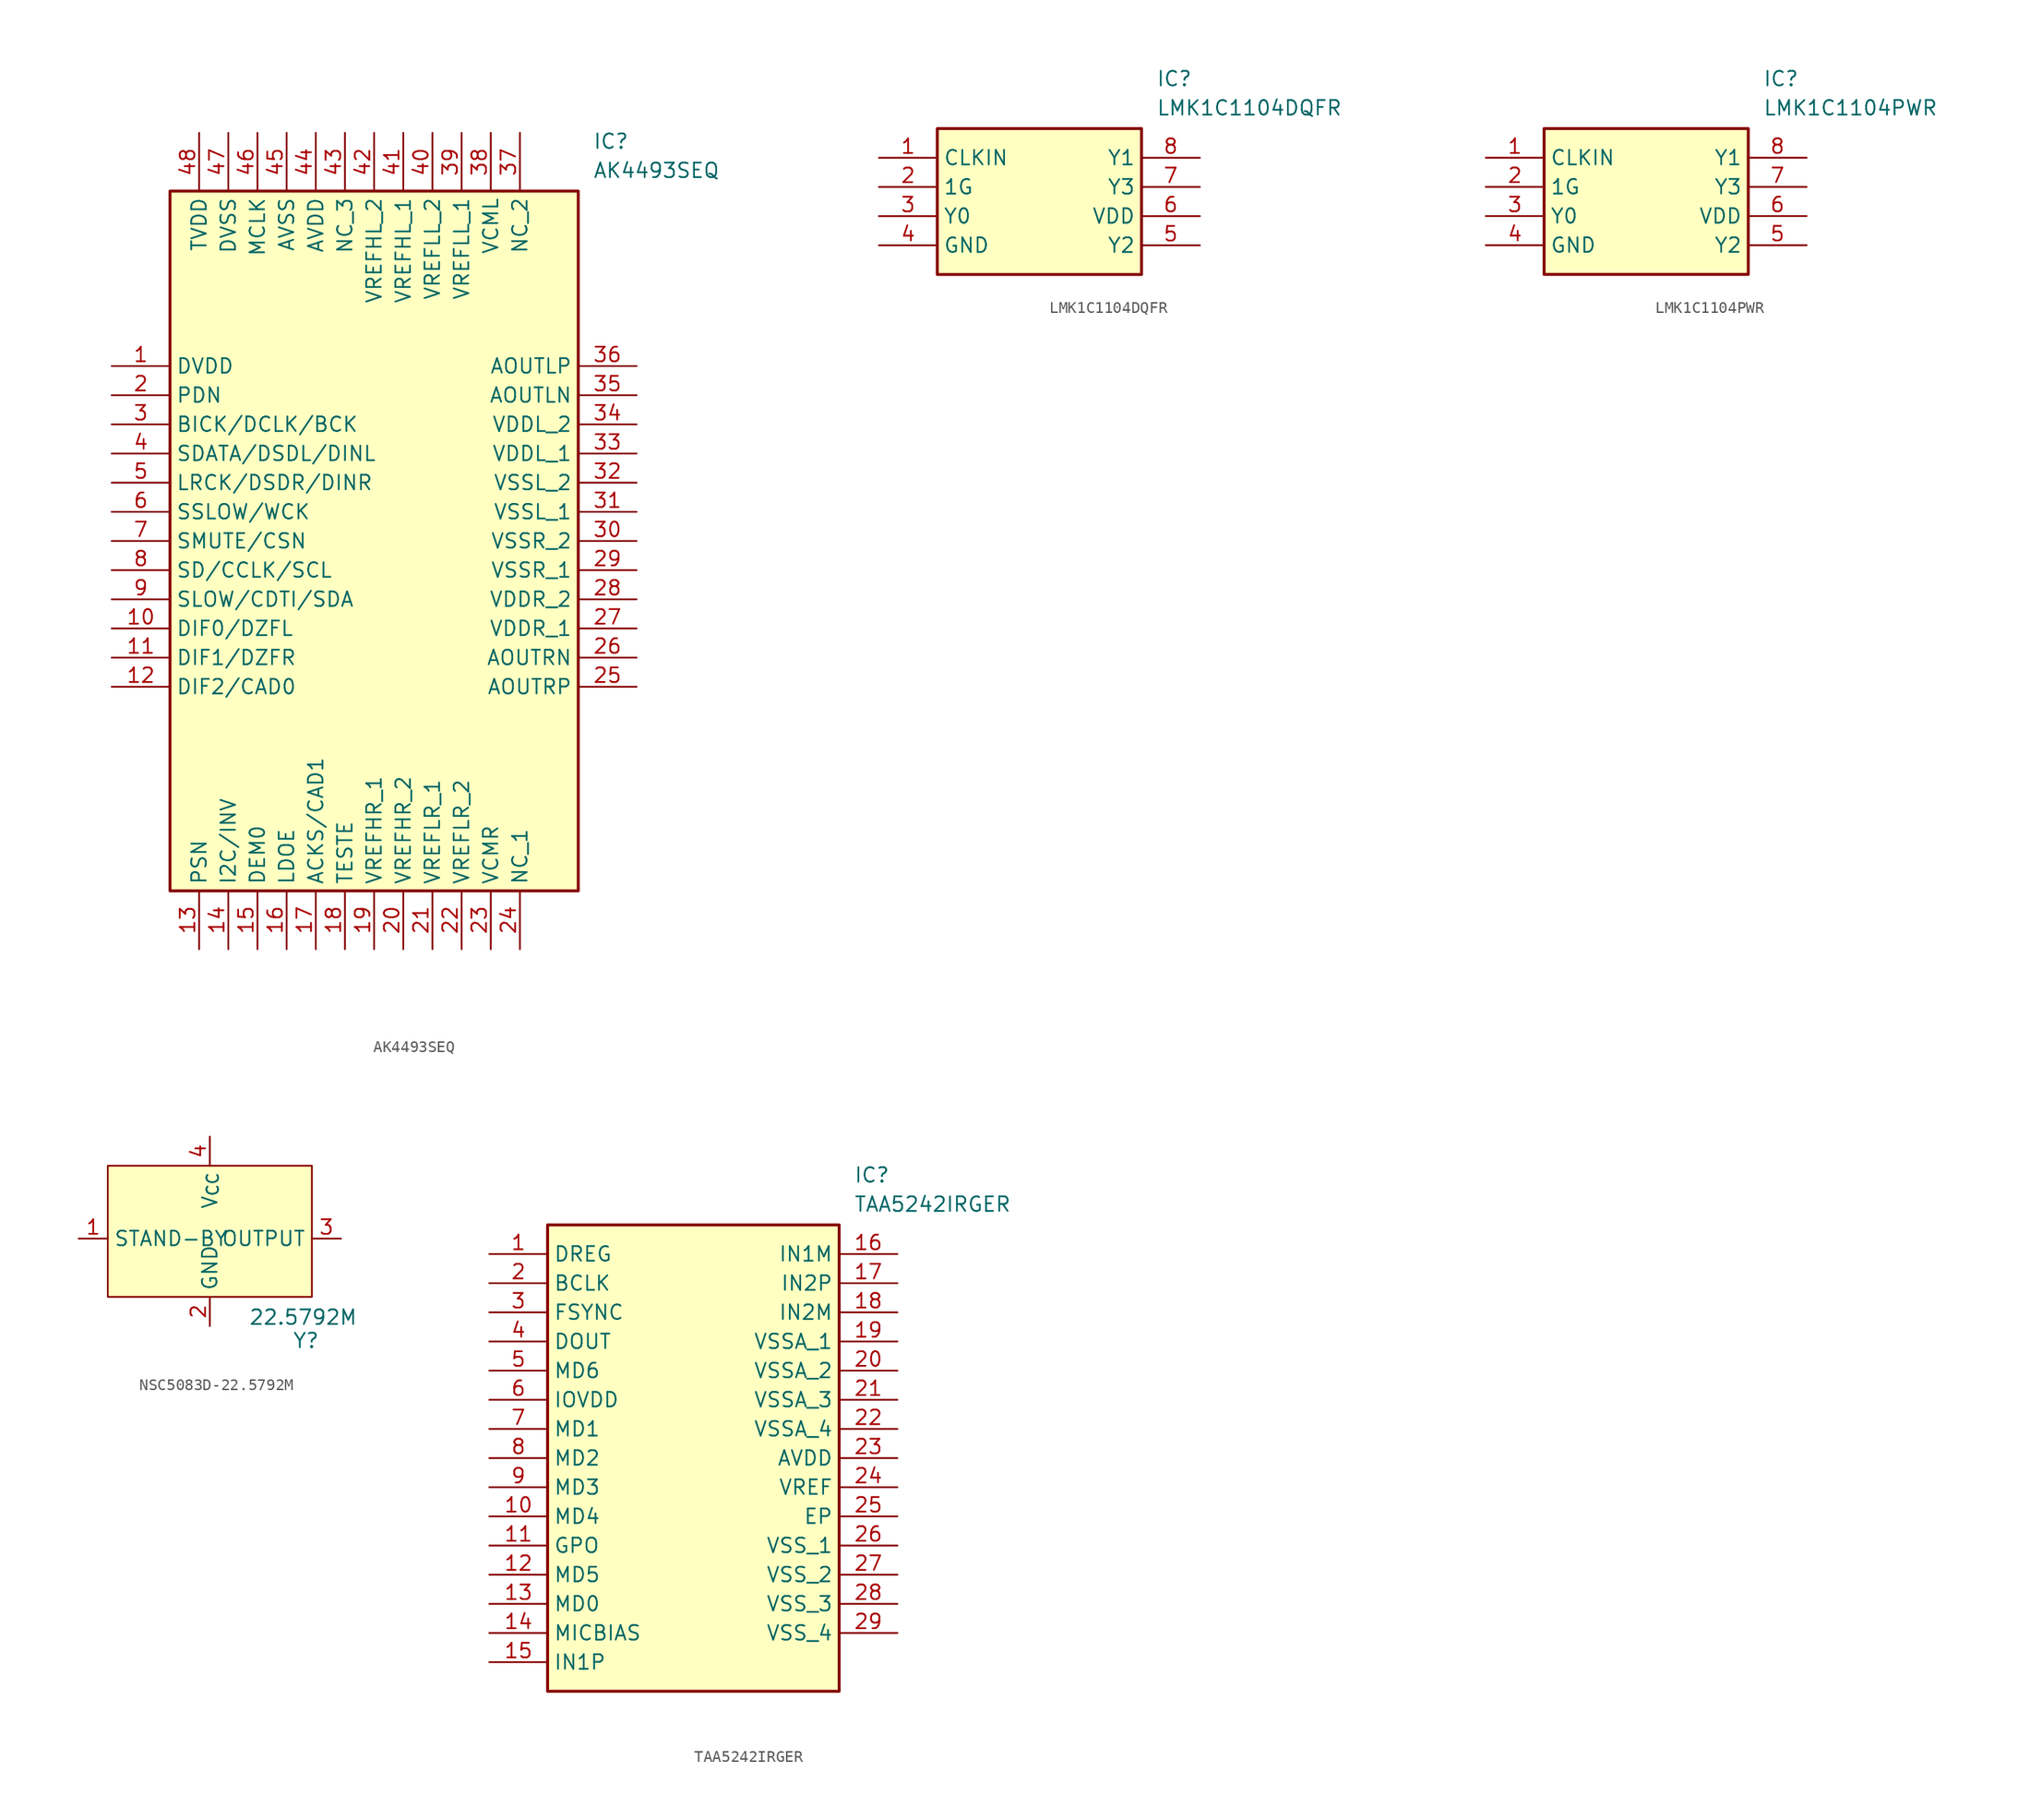
<source format=kicad_sym>
(kicad_symbol_lib
  (version 20241209)
  (generator "kicad_symbol_editor")
  (generator_version "9.0")
  (symbol "AK4493SEQ"
    (property "Reference" "IC"
      (at 41.91 20.32 0)
      (effects (font (size 1.27 1.27)) (justify left top)))
    (property "Value" "AK4493SEQ"
      (at 41.91 17.78 0)
      (effects (font (size 1.27 1.27)) (justify left top)))
    (symbol "AK4493SEQ_1_1"
      (rectangle (start 5.08 15.24) (end 40.64 -45.72) (stroke (width 0.254) (type default)) (fill (type background)))
      (pin passive line (at 0 0 0) (length 5.08) (name "DVDD" (effects (font (size 1.27 1.27)))) (number "1" (effects (font (size 1.27 1.27)))))
      (pin passive line (at 0 -2.54 0) (length 5.08) (name "PDN" (effects (font (size 1.27 1.27)))) (number "2" (effects (font (size 1.27 1.27)))))
      (pin passive line (at 0 -5.08 0) (length 5.08) (name "BICK/DCLK/BCK" (effects (font (size 1.27 1.27)))) (number "3" (effects (font (size 1.27 1.27)))))
      (pin passive line (at 0 -7.62 0) (length 5.08) (name "SDATA/DSDL/DINL" (effects (font (size 1.27 1.27)))) (number "4" (effects (font (size 1.27 1.27)))))
      (pin passive line (at 0 -10.16 0) (length 5.08) (name "LRCK/DSDR/DINR" (effects (font (size 1.27 1.27)))) (number "5" (effects (font (size 1.27 1.27)))))
      (pin passive line (at 0 -12.7 0) (length 5.08) (name "SSLOW/WCK" (effects (font (size 1.27 1.27)))) (number "6" (effects (font (size 1.27 1.27)))))
      (pin passive line (at 0 -15.24 0) (length 5.08) (name "SMUTE/CSN" (effects (font (size 1.27 1.27)))) (number "7" (effects (font (size 1.27 1.27)))))
      (pin passive line (at 0 -17.78 0) (length 5.08) (name "SD/CCLK/SCL" (effects (font (size 1.27 1.27)))) (number "8" (effects (font (size 1.27 1.27)))))
      (pin passive line (at 0 -20.32 0) (length 5.08) (name "SLOW/CDTI/SDA" (effects (font (size 1.27 1.27)))) (number "9" (effects (font (size 1.27 1.27)))))
      (pin passive line (at 0 -22.86 0) (length 5.08) (name "DIF0/DZFL" (effects (font (size 1.27 1.27)))) (number "10" (effects (font (size 1.27 1.27)))))
      (pin passive line (at 0 -25.4 0) (length 5.08) (name "DIF1/DZFR" (effects (font (size 1.27 1.27)))) (number "11" (effects (font (size 1.27 1.27)))))
      (pin passive line (at 0 -27.94 0) (length 5.08) (name "DIF2/CAD0" (effects (font (size 1.27 1.27)))) (number "12" (effects (font (size 1.27 1.27)))))
      (pin passive line (at 7.62 20.32 270) (length 5.08) (name "TVDD" (effects (font (size 1.27 1.27)))) (number "48" (effects (font (size 1.27 1.27)))))
      (pin passive line (at 7.62 -50.8 90) (length 5.08) (name "PSN" (effects (font (size 1.27 1.27)))) (number "13" (effects (font (size 1.27 1.27)))))
      (pin passive line (at 10.16 20.32 270) (length 5.08) (name "DVSS" (effects (font (size 1.27 1.27)))) (number "47" (effects (font (size 1.27 1.27)))))
      (pin passive line (at 10.16 -50.8 90) (length 5.08) (name "I2C/INV" (effects (font (size 1.27 1.27)))) (number "14" (effects (font (size 1.27 1.27)))))
      (pin passive line (at 12.7 20.32 270) (length 5.08) (name "MCLK" (effects (font (size 1.27 1.27)))) (number "46" (effects (font (size 1.27 1.27)))))
      (pin passive line (at 12.7 -50.8 90) (length 5.08) (name "DEM0" (effects (font (size 1.27 1.27)))) (number "15" (effects (font (size 1.27 1.27)))))
      (pin passive line (at 15.24 20.32 270) (length 5.08) (name "AVSS" (effects (font (size 1.27 1.27)))) (number "45" (effects (font (size 1.27 1.27)))))
      (pin passive line (at 15.24 -50.8 90) (length 5.08) (name "LDOE" (effects (font (size 1.27 1.27)))) (number "16" (effects (font (size 1.27 1.27)))))
      (pin passive line (at 17.78 20.32 270) (length 5.08) (name "AVDD" (effects (font (size 1.27 1.27)))) (number "44" (effects (font (size 1.27 1.27)))))
      (pin passive line (at 17.78 -50.8 90) (length 5.08) (name "ACKS/CAD1" (effects (font (size 1.27 1.27)))) (number "17" (effects (font (size 1.27 1.27)))))
      (pin passive line (at 20.32 20.32 270) (length 5.08) (name "NC_3" (effects (font (size 1.27 1.27)))) (number "43" (effects (font (size 1.27 1.27)))))
      (pin passive line (at 20.32 -50.8 90) (length 5.08) (name "TESTE" (effects (font (size 1.27 1.27)))) (number "18" (effects (font (size 1.27 1.27)))))
      (pin passive line (at 22.86 20.32 270) (length 5.08) (name "VREFHL_2" (effects (font (size 1.27 1.27)))) (number "42" (effects (font (size 1.27 1.27)))))
      (pin passive line (at 22.86 -50.8 90) (length 5.08) (name "VREFHR_1" (effects (font (size 1.27 1.27)))) (number "19" (effects (font (size 1.27 1.27)))))
      (pin passive line (at 25.4 20.32 270) (length 5.08) (name "VREFHL_1" (effects (font (size 1.27 1.27)))) (number "41" (effects (font (size 1.27 1.27)))))
      (pin passive line (at 25.4 -50.8 90) (length 5.08) (name "VREFHR_2" (effects (font (size 1.27 1.27)))) (number "20" (effects (font (size 1.27 1.27)))))
      (pin passive line (at 27.94 20.32 270) (length 5.08) (name "VREFLL_2" (effects (font (size 1.27 1.27)))) (number "40" (effects (font (size 1.27 1.27)))))
      (pin passive line (at 27.94 -50.8 90) (length 5.08) (name "VREFLR_1" (effects (font (size 1.27 1.27)))) (number "21" (effects (font (size 1.27 1.27)))))
      (pin passive line (at 30.48 20.32 270) (length 5.08) (name "VREFLL_1" (effects (font (size 1.27 1.27)))) (number "39" (effects (font (size 1.27 1.27)))))
      (pin passive line (at 30.48 -50.8 90) (length 5.08) (name "VREFLR_2" (effects (font (size 1.27 1.27)))) (number "22" (effects (font (size 1.27 1.27)))))
      (pin passive line (at 33.02 20.32 270) (length 5.08) (name "VCML" (effects (font (size 1.27 1.27)))) (number "38" (effects (font (size 1.27 1.27)))))
      (pin passive line (at 33.02 -50.8 90) (length 5.08) (name "VCMR" (effects (font (size 1.27 1.27)))) (number "23" (effects (font (size 1.27 1.27)))))
      (pin passive line (at 35.56 20.32 270) (length 5.08) (name "NC_2" (effects (font (size 1.27 1.27)))) (number "37" (effects (font (size 1.27 1.27)))))
      (pin passive line (at 35.56 -50.8 90) (length 5.08) (name "NC_1" (effects (font (size 1.27 1.27)))) (number "24" (effects (font (size 1.27 1.27)))))
      (pin passive line (at 45.72 0 180) (length 5.08) (name "AOUTLP" (effects (font (size 1.27 1.27)))) (number "36" (effects (font (size 1.27 1.27)))))
      (pin passive line (at 45.72 -2.54 180) (length 5.08) (name "AOUTLN" (effects (font (size 1.27 1.27)))) (number "35" (effects (font (size 1.27 1.27)))))
      (pin passive line (at 45.72 -5.08 180) (length 5.08) (name "VDDL_2" (effects (font (size 1.27 1.27)))) (number "34" (effects (font (size 1.27 1.27)))))
      (pin passive line (at 45.72 -7.62 180) (length 5.08) (name "VDDL_1" (effects (font (size 1.27 1.27)))) (number "33" (effects (font (size 1.27 1.27)))))
      (pin passive line (at 45.72 -10.16 180) (length 5.08) (name "VSSL_2" (effects (font (size 1.27 1.27)))) (number "32" (effects (font (size 1.27 1.27)))))
      (pin passive line (at 45.72 -12.7 180) (length 5.08) (name "VSSL_1" (effects (font (size 1.27 1.27)))) (number "31" (effects (font (size 1.27 1.27)))))
      (pin passive line (at 45.72 -15.24 180) (length 5.08) (name "VSSR_2" (effects (font (size 1.27 1.27)))) (number "30" (effects (font (size 1.27 1.27)))))
      (pin passive line (at 45.72 -17.78 180) (length 5.08) (name "VSSR_1" (effects (font (size 1.27 1.27)))) (number "29" (effects (font (size 1.27 1.27)))))
      (pin passive line (at 45.72 -20.32 180) (length 5.08) (name "VDDR_2" (effects (font (size 1.27 1.27)))) (number "28" (effects (font (size 1.27 1.27)))))
      (pin passive line (at 45.72 -22.86 180) (length 5.08) (name "VDDR_1" (effects (font (size 1.27 1.27)))) (number "27" (effects (font (size 1.27 1.27)))))
      (pin passive line (at 45.72 -25.4 180) (length 5.08) (name "AOUTRN" (effects (font (size 1.27 1.27)))) (number "26" (effects (font (size 1.27 1.27)))))
      (pin passive line (at 45.72 -27.94 180) (length 5.08) (name "AOUTRP" (effects (font (size 1.27 1.27)))) (number "25" (effects (font (size 1.27 1.27)))))))
  (symbol "LMK1C1104DQFR"
    (property "Reference" "IC"
      (at 24.13 7.62 0)
      (effects (font (size 1.27 1.27)) (justify left top)))
    (property "Value" "LMK1C1104DQFR"
      (at 24.13 5.08 0)
      (effects (font (size 1.27 1.27)) (justify left top)))
    (symbol "LMK1C1104DQFR_1_1"
      (rectangle (start 5.08 2.54) (end 22.86 -10.16) (stroke (width 0.254) (type default)) (fill (type background)))
      (pin passive line (at 0 0 0) (length 5.08) (name "CLKIN" (effects (font (size 1.27 1.27)))) (number "1" (effects (font (size 1.27 1.27)))))
      (pin passive line (at 0 -2.54 0) (length 5.08) (name "1G" (effects (font (size 1.27 1.27)))) (number "2" (effects (font (size 1.27 1.27)))))
      (pin passive line (at 0 -5.08 0) (length 5.08) (name "Y0" (effects (font (size 1.27 1.27)))) (number "3" (effects (font (size 1.27 1.27)))))
      (pin passive line (at 0 -7.62 0) (length 5.08) (name "GND" (effects (font (size 1.27 1.27)))) (number "4" (effects (font (size 1.27 1.27)))))
      (pin passive line (at 27.94 0 180) (length 5.08) (name "Y1" (effects (font (size 1.27 1.27)))) (number "8" (effects (font (size 1.27 1.27)))))
      (pin passive line (at 27.94 -2.54 180) (length 5.08) (name "Y3" (effects (font (size 1.27 1.27)))) (number "7" (effects (font (size 1.27 1.27)))))
      (pin passive line (at 27.94 -5.08 180) (length 5.08) (name "VDD" (effects (font (size 1.27 1.27)))) (number "6" (effects (font (size 1.27 1.27)))))
      (pin passive line (at 27.94 -7.62 180) (length 5.08) (name "Y2" (effects (font (size 1.27 1.27)))) (number "5" (effects (font (size 1.27 1.27)))))))
  (symbol "LMK1C1104PWR"
    (property "Reference" "IC"
      (at 24.13 7.62 0)
      (effects (font (size 1.27 1.27)) (justify left top)))
    (property "Value" "LMK1C1104PWR"
      (at 24.13 5.08 0)
      (effects (font (size 1.27 1.27)) (justify left top)))
    (symbol "LMK1C1104PWR_1_1"
      (rectangle (start 5.08 2.54) (end 22.86 -10.16) (stroke (width 0.254) (type default)) (fill (type background)))
      (pin passive line (at 0 0 0) (length 5.08) (name "CLKIN" (effects (font (size 1.27 1.27)))) (number "1" (effects (font (size 1.27 1.27)))))
      (pin passive line (at 0 -2.54 0) (length 5.08) (name "1G" (effects (font (size 1.27 1.27)))) (number "2" (effects (font (size 1.27 1.27)))))
      (pin passive line (at 0 -5.08 0) (length 5.08) (name "Y0" (effects (font (size 1.27 1.27)))) (number "3" (effects (font (size 1.27 1.27)))))
      (pin passive line (at 0 -7.62 0) (length 5.08) (name "GND" (effects (font (size 1.27 1.27)))) (number "4" (effects (font (size 1.27 1.27)))))
      (pin passive line (at 27.94 0 180) (length 5.08) (name "Y1" (effects (font (size 1.27 1.27)))) (number "8" (effects (font (size 1.27 1.27)))))
      (pin passive line (at 27.94 -2.54 180) (length 5.08) (name "Y3" (effects (font (size 1.27 1.27)))) (number "7" (effects (font (size 1.27 1.27)))))
      (pin passive line (at 27.94 -5.08 180) (length 5.08) (name "VDD" (effects (font (size 1.27 1.27)))) (number "6" (effects (font (size 1.27 1.27)))))
      (pin passive line (at 27.94 -7.62 180) (length 5.08) (name "Y2" (effects (font (size 1.27 1.27)))) (number "5" (effects (font (size 1.27 1.27)))))))
  (symbol "NSC5083D-22.5792M"
    (property "Reference" "Y"
      (at 8.382 -8.89 0)
      (effects (font (size 1.27 1.27))))
    (property "Value" "22.5792M"
      (at 8.128 -6.858 0)
      (effects (font (size 1.27 1.27))))
    (symbol "NSC5083D-22.5792M_0_0"
      (pin input line (at -11.43 0 0) (length 2.54) (name "STAND-BY" (effects (font (size 1.27 1.27)))) (number "1" (effects (font (size 1.27 1.27)))))
      (pin power_in line (at 0 8.89 270) (length 2.54) (name "V_{CC}" (effects (font (size 1.27 1.27)))) (number "4" (effects (font (size 1.27 1.27)))))
      (pin output line (at 11.43 0 180) (length 2.54) (name "OUTPUT" (effects (font (size 1.27 1.27)))) (number "3" (effects (font (size 1.27 1.27))))))
    (symbol "NSC5083D-22.5792M_1_0"
      (pin passive line (at 0 -7.62 90) (length 2.54) (name "GND" (effects (font (size 1.27 1.27)))) (number "2" (effects (font (size 1.27 1.27))))))
    (symbol "NSC5083D-22.5792M_1_1"
      (rectangle (start -8.89 6.35) (end 8.89 -5.08) (stroke (width 0) (type solid)) (fill (type background)))))
  (symbol "TAA5242IRGER"
    (property "Reference" "IC"
      (at 31.75 7.62 0)
      (effects (font (size 1.27 1.27)) (justify left top)))
    (property "Value" "TAA5242IRGER"
      (at 31.75 5.08 0)
      (effects (font (size 1.27 1.27)) (justify left top)))
    (symbol "TAA5242IRGER_1_1"
      (rectangle (start 5.08 2.54) (end 30.48 -38.1) (stroke (width 0.254) (type default)) (fill (type background)))
      (pin passive line (at 0 0 0) (length 5.08) (name "DREG" (effects (font (size 1.27 1.27)))) (number "1" (effects (font (size 1.27 1.27)))))
      (pin passive line (at 0 -2.54 0) (length 5.08) (name "BCLK" (effects (font (size 1.27 1.27)))) (number "2" (effects (font (size 1.27 1.27)))))
      (pin passive line (at 0 -5.08 0) (length 5.08) (name "FSYNC" (effects (font (size 1.27 1.27)))) (number "3" (effects (font (size 1.27 1.27)))))
      (pin passive line (at 0 -7.62 0) (length 5.08) (name "DOUT" (effects (font (size 1.27 1.27)))) (number "4" (effects (font (size 1.27 1.27)))))
      (pin passive line (at 0 -10.16 0) (length 5.08) (name "MD6" (effects (font (size 1.27 1.27)))) (number "5" (effects (font (size 1.27 1.27)))))
      (pin passive line (at 0 -12.7 0) (length 5.08) (name "IOVDD" (effects (font (size 1.27 1.27)))) (number "6" (effects (font (size 1.27 1.27)))))
      (pin passive line (at 0 -15.24 0) (length 5.08) (name "MD1" (effects (font (size 1.27 1.27)))) (number "7" (effects (font (size 1.27 1.27)))))
      (pin passive line (at 0 -17.78 0) (length 5.08) (name "MD2" (effects (font (size 1.27 1.27)))) (number "8" (effects (font (size 1.27 1.27)))))
      (pin passive line (at 0 -20.32 0) (length 5.08) (name "MD3" (effects (font (size 1.27 1.27)))) (number "9" (effects (font (size 1.27 1.27)))))
      (pin passive line (at 0 -22.86 0) (length 5.08) (name "MD4" (effects (font (size 1.27 1.27)))) (number "10" (effects (font (size 1.27 1.27)))))
      (pin passive line (at 0 -25.4 0) (length 5.08) (name "GPO" (effects (font (size 1.27 1.27)))) (number "11" (effects (font (size 1.27 1.27)))))
      (pin passive line (at 0 -27.94 0) (length 5.08) (name "MD5" (effects (font (size 1.27 1.27)))) (number "12" (effects (font (size 1.27 1.27)))))
      (pin passive line (at 0 -30.48 0) (length 5.08) (name "MD0" (effects (font (size 1.27 1.27)))) (number "13" (effects (font (size 1.27 1.27)))))
      (pin passive line (at 0 -33.02 0) (length 5.08) (name "MICBIAS" (effects (font (size 1.27 1.27)))) (number "14" (effects (font (size 1.27 1.27)))))
      (pin passive line (at 0 -35.56 0) (length 5.08) (name "IN1P" (effects (font (size 1.27 1.27)))) (number "15" (effects (font (size 1.27 1.27)))))
      (pin passive line (at 35.56 0 180) (length 5.08) (name "IN1M" (effects (font (size 1.27 1.27)))) (number "16" (effects (font (size 1.27 1.27)))))
      (pin passive line (at 35.56 -2.54 180) (length 5.08) (name "IN2P" (effects (font (size 1.27 1.27)))) (number "17" (effects (font (size 1.27 1.27)))))
      (pin passive line (at 35.56 -5.08 180) (length 5.08) (name "IN2M" (effects (font (size 1.27 1.27)))) (number "18" (effects (font (size 1.27 1.27)))))
      (pin passive line (at 35.56 -7.62 180) (length 5.08) (name "VSSA_1" (effects (font (size 1.27 1.27)))) (number "19" (effects (font (size 1.27 1.27)))))
      (pin passive line (at 35.56 -10.16 180) (length 5.08) (name "VSSA_2" (effects (font (size 1.27 1.27)))) (number "20" (effects (font (size 1.27 1.27)))))
      (pin passive line (at 35.56 -12.7 180) (length 5.08) (name "VSSA_3" (effects (font (size 1.27 1.27)))) (number "21" (effects (font (size 1.27 1.27)))))
      (pin passive line (at 35.56 -15.24 180) (length 5.08) (name "VSSA_4" (effects (font (size 1.27 1.27)))) (number "22" (effects (font (size 1.27 1.27)))))
      (pin passive line (at 35.56 -17.78 180) (length 5.08) (name "AVDD" (effects (font (size 1.27 1.27)))) (number "23" (effects (font (size 1.27 1.27)))))
      (pin passive line (at 35.56 -20.32 180) (length 5.08) (name "VREF" (effects (font (size 1.27 1.27)))) (number "24" (effects (font (size 1.27 1.27)))))
      (pin passive line (at 35.56 -22.86 180) (length 5.08) (name "EP" (effects (font (size 1.27 1.27)))) (number "25" (effects (font (size 1.27 1.27)))))
      (pin passive line (at 35.56 -25.4 180) (length 5.08) (name "VSS_1" (effects (font (size 1.27 1.27)))) (number "26" (effects (font (size 1.27 1.27)))))
      (pin passive line (at 35.56 -27.94 180) (length 5.08) (name "VSS_2" (effects (font (size 1.27 1.27)))) (number "27" (effects (font (size 1.27 1.27)))))
      (pin passive line (at 35.56 -30.48 180) (length 5.08) (name "VSS_3" (effects (font (size 1.27 1.27)))) (number "28" (effects (font (size 1.27 1.27)))))
      (pin passive line (at 35.56 -33.02 180) (length 5.08) (name "VSS_4" (effects (font (size 1.27 1.27)))) (number "29" (effects (font (size 1.27 1.27))))))))
</source>
